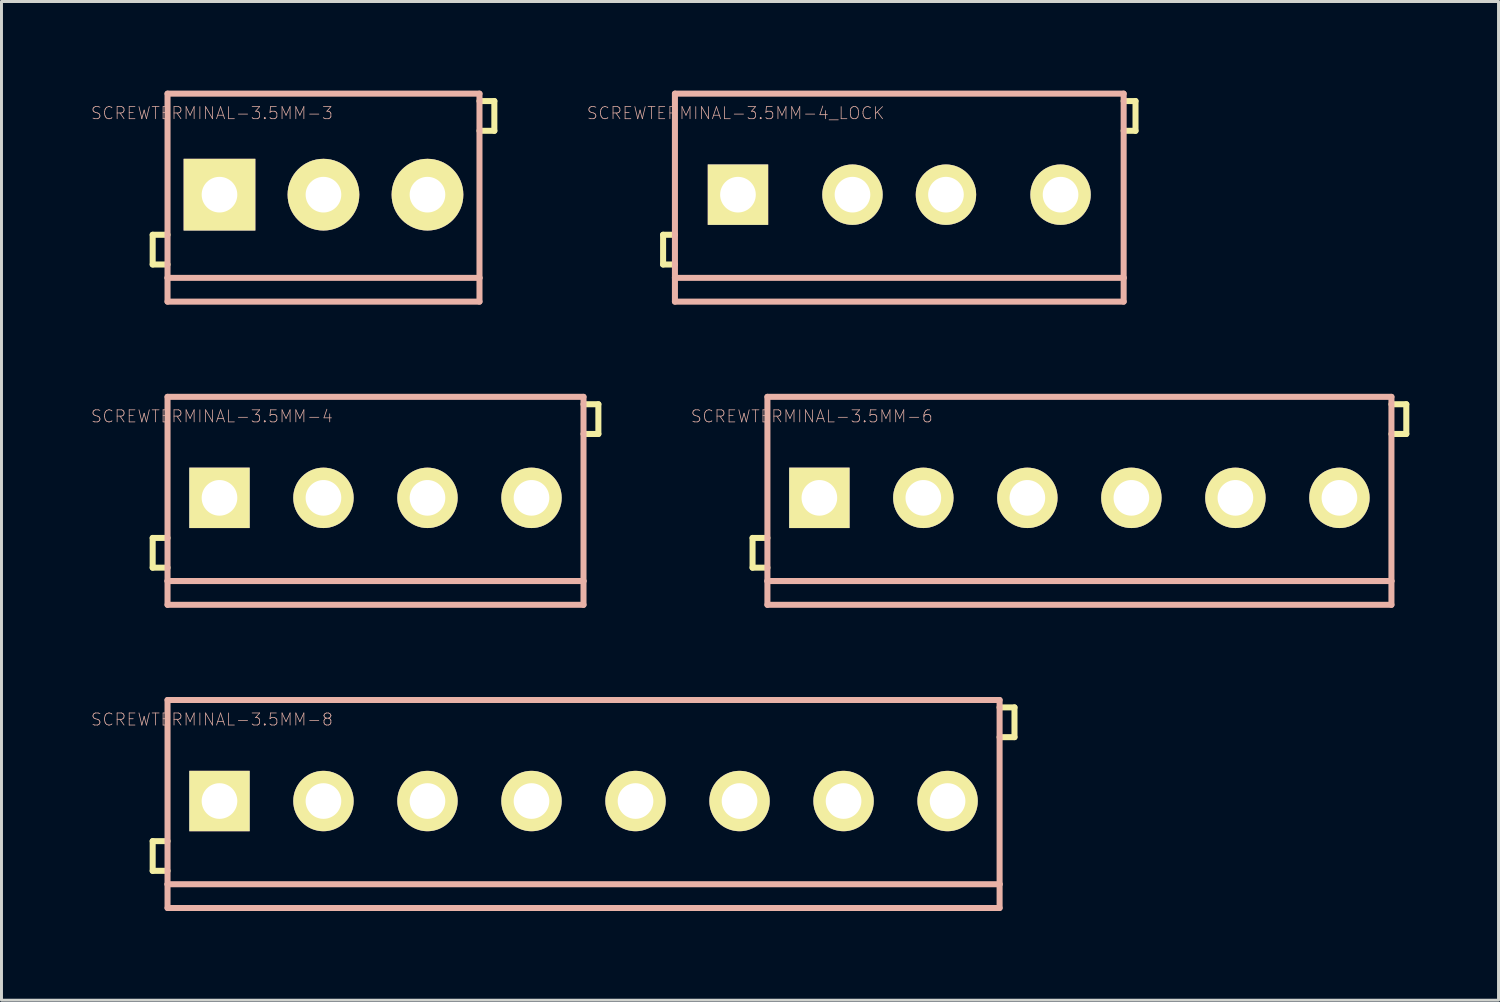
<source format=kicad_pcb>
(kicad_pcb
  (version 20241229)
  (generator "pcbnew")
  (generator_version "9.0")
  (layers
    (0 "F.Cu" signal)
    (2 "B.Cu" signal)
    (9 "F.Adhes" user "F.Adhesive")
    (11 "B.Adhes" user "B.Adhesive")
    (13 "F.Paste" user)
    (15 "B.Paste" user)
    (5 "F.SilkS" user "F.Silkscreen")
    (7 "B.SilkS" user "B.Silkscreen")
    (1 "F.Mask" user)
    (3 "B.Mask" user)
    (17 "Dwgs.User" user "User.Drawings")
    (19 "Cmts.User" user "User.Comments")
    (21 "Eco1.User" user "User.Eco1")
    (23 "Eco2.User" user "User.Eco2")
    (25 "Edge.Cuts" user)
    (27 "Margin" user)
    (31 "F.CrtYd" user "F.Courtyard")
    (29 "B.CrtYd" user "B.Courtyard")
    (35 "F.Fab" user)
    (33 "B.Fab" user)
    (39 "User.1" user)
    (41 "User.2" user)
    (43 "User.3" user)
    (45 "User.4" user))
  (footprint "SCREWTERMINAL-3.5MM-3"
    (layer "F.Cu")
    (at 4.335 3.5)
    (property "Reference" "SCREWTERMINAL-3.5MM-3" (at -0.254 -2.743 0) (layer "B.SilkS") (effects (font (size 0.406 0.406) (thickness 0.025))))
    (attr exclude_from_pos_files exclude_from_bom)
    (fp_line (start -2.248 1.349) (end -2.248 2.349) (stroke (width 0.203) (type solid)) (layer "F.SilkS"))
    (fp_line (start -2.248 2.349) (end -1.748 2.349) (stroke (width 0.203) (type solid)) (layer "F.SilkS"))
    (fp_line (start -1.748 1.349) (end -2.248 1.349) (stroke (width 0.203) (type solid)) (layer "F.SilkS"))
    (fp_line (start 8.748 -3.15) (end 9.248 -3.15) (stroke (width 0.203) (type solid)) (layer "F.SilkS"))
    (fp_line (start 9.248 -3.15) (end 9.248 -2.149) (stroke (width 0.203) (type solid)) (layer "F.SilkS"))
    (fp_line (start 9.248 -2.149) (end 8.748 -2.149) (stroke (width 0.203) (type solid)) (layer "F.SilkS"))
    (fp_line (start -1.748 -3.399) (end 8.748 -3.399) (stroke (width 0.203) (type solid)) (layer "B.SilkS"))
    (fp_line (start -1.748 2.799) (end -1.748 -3.399) (stroke (width 0.203) (type solid)) (layer "B.SilkS"))
    (fp_line (start -1.748 3.599) (end -1.748 2.799) (stroke (width 0.203) (type solid)) (layer "B.SilkS"))
    (fp_line (start 8.748 -3.399) (end 8.748 2.799) (stroke (width 0.203) (type solid)) (layer "B.SilkS"))
    (fp_line (start 8.748 2.799) (end -1.748 2.799) (stroke (width 0.203) (type solid)) (layer "B.SilkS"))
    (fp_line (start 8.748 2.799) (end 8.748 3.599) (stroke (width 0.203) (type solid)) (layer "B.SilkS"))
    (fp_line (start 8.748 3.599) (end -1.748 3.599) (stroke (width 0.203) (type solid)) (layer "B.SilkS"))
    (pad "1" thru_hole rect (at 0 0) (size 2.413 2.413) (drill 1.199) (layers "*.Cu" "F.Mask" "F.SilkS" "F.Paste"))
    (pad "2" thru_hole circle (at 3.498 0) (size 2.413 2.413) (drill 1.199) (layers "*.Cu" "F.Mask" "F.SilkS" "F.Paste"))
    (pad "3" thru_hole circle (at 6.998 0) (size 2.413 2.413) (drill 1.199) (layers "*.Cu" "F.Mask" "F.SilkS" "F.Paste")))
  (footprint "SCREWTERMINAL-3.5MM-4_LOCK"
    (layer "F.Cu")
    (at 21.958 3.5)
    (property "Reference" "SCREWTERMINAL-3.5MM-4_LOCK" (at -0.254 -2.743 0) (layer "B.SilkS") (effects (font (size 0.406 0.406) (thickness 0.025))))
    (attr exclude_from_pos_files exclude_from_bom)
    (fp_line (start -2.697 1.349) (end -2.697 2.349) (stroke (width 0.203) (type solid)) (layer "F.SilkS"))
    (fp_line (start -2.697 2.349) (end -2.299 2.349) (stroke (width 0.203) (type solid)) (layer "F.SilkS"))
    (fp_line (start -2.299 1.349) (end -2.697 1.349) (stroke (width 0.203) (type solid)) (layer "F.SilkS"))
    (fp_line (start 12.799 -3.15) (end 13.198 -3.15) (stroke (width 0.203) (type solid)) (layer "F.SilkS"))
    (fp_line (start 13.198 -3.15) (end 13.198 -2.149) (stroke (width 0.203) (type solid)) (layer "F.SilkS"))
    (fp_line (start 13.198 -2.149) (end 12.799 -2.149) (stroke (width 0.203) (type solid)) (layer "F.SilkS"))
    (fp_circle (center 0 0) (end -0.211 0.211) (stroke (width 0) (type solid)) (fill yes) (layer "F.SilkS"))
    (fp_circle (center 3.498 0) (end 3.708 0.211) (stroke (width 0) (type solid)) (fill yes) (layer "F.SilkS"))
    (fp_circle (center 6.998 0) (end 7.209 0.211) (stroke (width 0) (type solid)) (fill yes) (layer "F.SilkS"))
    (fp_circle (center 10.498 0) (end 10.709 0.211) (stroke (width 0) (type solid)) (fill yes) (layer "F.SilkS"))
    (fp_line (start -2.299 -3.399) (end 12.799 -3.399) (stroke (width 0.203) (type solid)) (layer "B.SilkS"))
    (fp_line (start -2.299 2.799) (end -2.299 -3.399) (stroke (width 0.203) (type solid)) (layer "B.SilkS"))
    (fp_line (start -2.299 3.599) (end -2.299 2.799) (stroke (width 0.203) (type solid)) (layer "B.SilkS"))
    (fp_line (start 12.799 -3.399) (end 12.799 2.799) (stroke (width 0.203) (type solid)) (layer "B.SilkS"))
    (fp_line (start 12.799 2.799) (end -2.299 2.799) (stroke (width 0.203) (type solid)) (layer "B.SilkS"))
    (fp_line (start 12.799 2.799) (end 12.799 3.599) (stroke (width 0.203) (type solid)) (layer "B.SilkS"))
    (fp_line (start 12.799 3.599) (end -2.299 3.599) (stroke (width 0.203) (type solid)) (layer "B.SilkS"))
    (pad "1" thru_hole rect (at -0.178 0) (size 2.032 2.032) (drill 1.199) (layers "*.Cu" "F.Mask" "F.SilkS" "F.Paste"))
    (pad "2" thru_hole circle (at 3.675 0) (size 2.032 2.032) (drill 1.199) (layers "*.Cu" "F.Mask" "F.SilkS" "F.Paste"))
    (pad "3" thru_hole circle (at 6.82 0) (size 2.032 2.032) (drill 1.199) (layers "*.Cu" "F.Mask" "F.SilkS" "F.Paste"))
    (pad "4" thru_hole circle (at 10.676 0) (size 2.032 2.032) (drill 1.199) (layers "*.Cu" "F.Mask" "F.SilkS" "F.Paste")))
  (footprint "SCREWTERMINAL-3.5MM-4"
    (layer "F.Cu")
    (at 4.335 13.701)
    (property "Reference" "SCREWTERMINAL-3.5MM-4" (at -0.254 -2.743 0) (layer "B.SilkS") (effects (font (size 0.406 0.406) (thickness 0.025))))
    (attr exclude_from_pos_files exclude_from_bom)
    (fp_line (start -2.248 1.349) (end -2.248 2.349) (stroke (width 0.203) (type solid)) (layer "F.SilkS"))
    (fp_line (start -2.248 2.349) (end -1.748 2.349) (stroke (width 0.203) (type solid)) (layer "F.SilkS"))
    (fp_line (start -1.748 1.349) (end -2.248 1.349) (stroke (width 0.203) (type solid)) (layer "F.SilkS"))
    (fp_line (start 12.248 -3.15) (end 12.748 -3.15) (stroke (width 0.203) (type solid)) (layer "F.SilkS"))
    (fp_line (start 12.748 -3.15) (end 12.748 -2.149) (stroke (width 0.203) (type solid)) (layer "F.SilkS"))
    (fp_line (start 12.748 -2.149) (end 12.248 -2.149) (stroke (width 0.203) (type solid)) (layer "F.SilkS"))
    (fp_circle (center 0 0) (end -0.211 0.211) (stroke (width 0) (type solid)) (fill yes) (layer "F.SilkS"))
    (fp_circle (center 3.498 0) (end 3.708 0.211) (stroke (width 0) (type solid)) (fill yes) (layer "F.SilkS"))
    (fp_circle (center 6.998 0) (end 7.209 0.211) (stroke (width 0) (type solid)) (fill yes) (layer "F.SilkS"))
    (fp_circle (center 10.498 0) (end 10.709 0.211) (stroke (width 0) (type solid)) (fill yes) (layer "F.SilkS"))
    (fp_line (start -1.748 -3.399) (end 12.248 -3.399) (stroke (width 0.203) (type solid)) (layer "B.SilkS"))
    (fp_line (start -1.748 2.799) (end -1.748 -3.399) (stroke (width 0.203) (type solid)) (layer "B.SilkS"))
    (fp_line (start -1.748 3.599) (end -1.748 2.799) (stroke (width 0.203) (type solid)) (layer "B.SilkS"))
    (fp_line (start 12.248 -3.399) (end 12.248 2.799) (stroke (width 0.203) (type solid)) (layer "B.SilkS"))
    (fp_line (start 12.248 2.799) (end -1.748 2.799) (stroke (width 0.203) (type solid)) (layer "B.SilkS"))
    (fp_line (start 12.248 2.799) (end 12.248 3.599) (stroke (width 0.203) (type solid)) (layer "B.SilkS"))
    (fp_line (start 12.248 3.599) (end -1.748 3.599) (stroke (width 0.203) (type solid)) (layer "B.SilkS"))
    (pad "1" thru_hole rect (at 0 0) (size 2.032 2.032) (drill 1.199) (layers "*.Cu" "F.Mask" "F.SilkS" "F.Paste"))
    (pad "2" thru_hole circle (at 3.498 0) (size 2.032 2.032) (drill 1.199) (layers "*.Cu" "F.Mask" "F.SilkS" "F.Paste"))
    (pad "3" thru_hole circle (at 6.998 0) (size 2.032 2.032) (drill 1.199) (layers "*.Cu" "F.Mask" "F.SilkS" "F.Paste"))
    (pad "4" thru_hole circle (at 10.498 0) (size 2.032 2.032) (drill 1.199) (layers "*.Cu" "F.Mask" "F.SilkS" "F.Paste")))
  (footprint "SCREWTERMINAL-3.5MM-8"
    (layer "F.Cu")
    (at 4.335 23.902)
    (property "Reference" "SCREWTERMINAL-3.5MM-8" (at -0.254 -2.743 0) (layer "B.SilkS") (effects (font (size 0.406 0.406) (thickness 0.025))))
    (attr exclude_from_pos_files exclude_from_bom)
    (fp_line (start -2.248 1.349) (end -2.248 2.349) (stroke (width 0.203) (type solid)) (layer "F.SilkS"))
    (fp_line (start -2.248 2.349) (end -1.748 2.349) (stroke (width 0.203) (type solid)) (layer "F.SilkS"))
    (fp_line (start -1.748 1.349) (end -2.248 1.349) (stroke (width 0.203) (type solid)) (layer "F.SilkS"))
    (fp_line (start 26.248 -3.15) (end 26.749 -3.15) (stroke (width 0.203) (type solid)) (layer "F.SilkS"))
    (fp_line (start 26.749 -3.15) (end 26.749 -2.149) (stroke (width 0.203) (type solid)) (layer "F.SilkS"))
    (fp_line (start 26.749 -2.149) (end 26.248 -2.149) (stroke (width 0.203) (type solid)) (layer "F.SilkS"))
    (fp_line (start -1.748 -3.399) (end 26.248 -3.399) (stroke (width 0.203) (type solid)) (layer "B.SilkS"))
    (fp_line (start -1.748 2.799) (end -1.748 -3.399) (stroke (width 0.203) (type solid)) (layer "B.SilkS"))
    (fp_line (start -1.748 3.599) (end -1.748 2.799) (stroke (width 0.203) (type solid)) (layer "B.SilkS"))
    (fp_line (start 26.248 -3.399) (end 26.248 2.799) (stroke (width 0.203) (type solid)) (layer "B.SilkS"))
    (fp_line (start 26.248 2.799) (end -1.748 2.799) (stroke (width 0.203) (type solid)) (layer "B.SilkS"))
    (fp_line (start 26.248 2.799) (end 26.248 3.599) (stroke (width 0.203) (type solid)) (layer "B.SilkS"))
    (fp_line (start 26.248 3.599) (end -1.748 3.599) (stroke (width 0.203) (type solid)) (layer "B.SilkS"))
    (pad "1" thru_hole rect (at 0 0) (size 2.032 2.032) (drill 1.199) (layers "*.Cu" "F.Mask" "F.SilkS" "F.Paste"))
    (pad "2" thru_hole circle (at 3.498 0) (size 2.032 2.032) (drill 1.199) (layers "*.Cu" "F.Mask" "F.SilkS" "F.Paste"))
    (pad "3" thru_hole circle (at 6.998 0) (size 2.032 2.032) (drill 1.199) (layers "*.Cu" "F.Mask" "F.SilkS" "F.Paste"))
    (pad "4" thru_hole circle (at 10.498 0) (size 2.032 2.032) (drill 1.199) (layers "*.Cu" "F.Mask" "F.SilkS" "F.Paste"))
    (pad "5" thru_hole circle (at 13.998 0) (size 2.032 2.032) (drill 1.199) (layers "*.Cu" "F.Mask" "F.SilkS" "F.Paste"))
    (pad "6" thru_hole circle (at 17.498 0) (size 2.032 2.032) (drill 1.199) (layers "*.Cu" "F.Mask" "F.SilkS" "F.Paste"))
    (pad "7" thru_hole circle (at 20.998 0) (size 2.032 2.032) (drill 1.199) (layers "*.Cu" "F.Mask" "F.SilkS" "F.Paste"))
    (pad "8" thru_hole circle (at 24.498 0) (size 2.032 2.032) (drill 1.199) (layers "*.Cu" "F.Mask" "F.SilkS" "F.Paste")))
  (footprint "SCREWTERMINAL-3.5MM-6"
    (layer "F.Cu")
    (at 24.519 13.701)
    (property "Reference" "SCREWTERMINAL-3.5MM-6" (at -0.254 -2.743 0) (layer "B.SilkS") (effects (font (size 0.406 0.406) (thickness 0.025))))
    (attr exclude_from_pos_files exclude_from_bom)
    (fp_line (start -2.248 1.349) (end -2.248 2.349) (stroke (width 0.203) (type solid)) (layer "F.SilkS"))
    (fp_line (start -2.248 2.349) (end -1.748 2.349) (stroke (width 0.203) (type solid)) (layer "F.SilkS"))
    (fp_line (start -1.748 1.349) (end -2.248 1.349) (stroke (width 0.203) (type solid)) (layer "F.SilkS"))
    (fp_line (start 19.248 -3.15) (end 19.748 -3.15) (stroke (width 0.203) (type solid)) (layer "F.SilkS"))
    (fp_line (start 19.748 -3.15) (end 19.748 -2.149) (stroke (width 0.203) (type solid)) (layer "F.SilkS"))
    (fp_line (start 19.748 -2.149) (end 19.248 -2.149) (stroke (width 0.203) (type solid)) (layer "F.SilkS"))
    (fp_line (start -1.748 -3.399) (end 19.248 -3.399) (stroke (width 0.203) (type solid)) (layer "B.SilkS"))
    (fp_line (start -1.748 2.799) (end -1.748 -3.399) (stroke (width 0.203) (type solid)) (layer "B.SilkS"))
    (fp_line (start -1.748 3.599) (end -1.748 2.799) (stroke (width 0.203) (type solid)) (layer "B.SilkS"))
    (fp_line (start 19.248 -3.399) (end 19.248 2.799) (stroke (width 0.203) (type solid)) (layer "B.SilkS"))
    (fp_line (start 19.248 2.799) (end -1.748 2.799) (stroke (width 0.203) (type solid)) (layer "B.SilkS"))
    (fp_line (start 19.248 2.799) (end 19.248 3.599) (stroke (width 0.203) (type solid)) (layer "B.SilkS"))
    (fp_line (start 19.248 3.599) (end -1.748 3.599) (stroke (width 0.203) (type solid)) (layer "B.SilkS"))
    (pad "1" thru_hole rect (at 0 0) (size 2.032 2.032) (drill 1.199) (layers "*.Cu" "F.Mask" "F.SilkS" "F.Paste"))
    (pad "2" thru_hole circle (at 3.498 0) (size 2.032 2.032) (drill 1.199) (layers "*.Cu" "F.Mask" "F.SilkS" "F.Paste"))
    (pad "3" thru_hole circle (at 6.998 0) (size 2.032 2.032) (drill 1.199) (layers "*.Cu" "F.Mask" "F.SilkS" "F.Paste"))
    (pad "4" thru_hole circle (at 10.498 0) (size 2.032 2.032) (drill 1.199) (layers "*.Cu" "F.Mask" "F.SilkS" "F.Paste"))
    (pad "5" thru_hole circle (at 13.998 0) (size 2.032 2.032) (drill 1.199) (layers "*.Cu" "F.Mask" "F.SilkS" "F.Paste"))
    (pad "6" thru_hole circle (at 17.498 0) (size 2.032 2.032) (drill 1.199) (layers "*.Cu" "F.Mask" "F.SilkS" "F.Paste")))
  (gr_rect
    (start -3 -3)
    (end 47.37 30.603)
    (stroke (width 0.1) (type default))
    (fill no)
    (layer "Edge.Cuts")))
</source>
